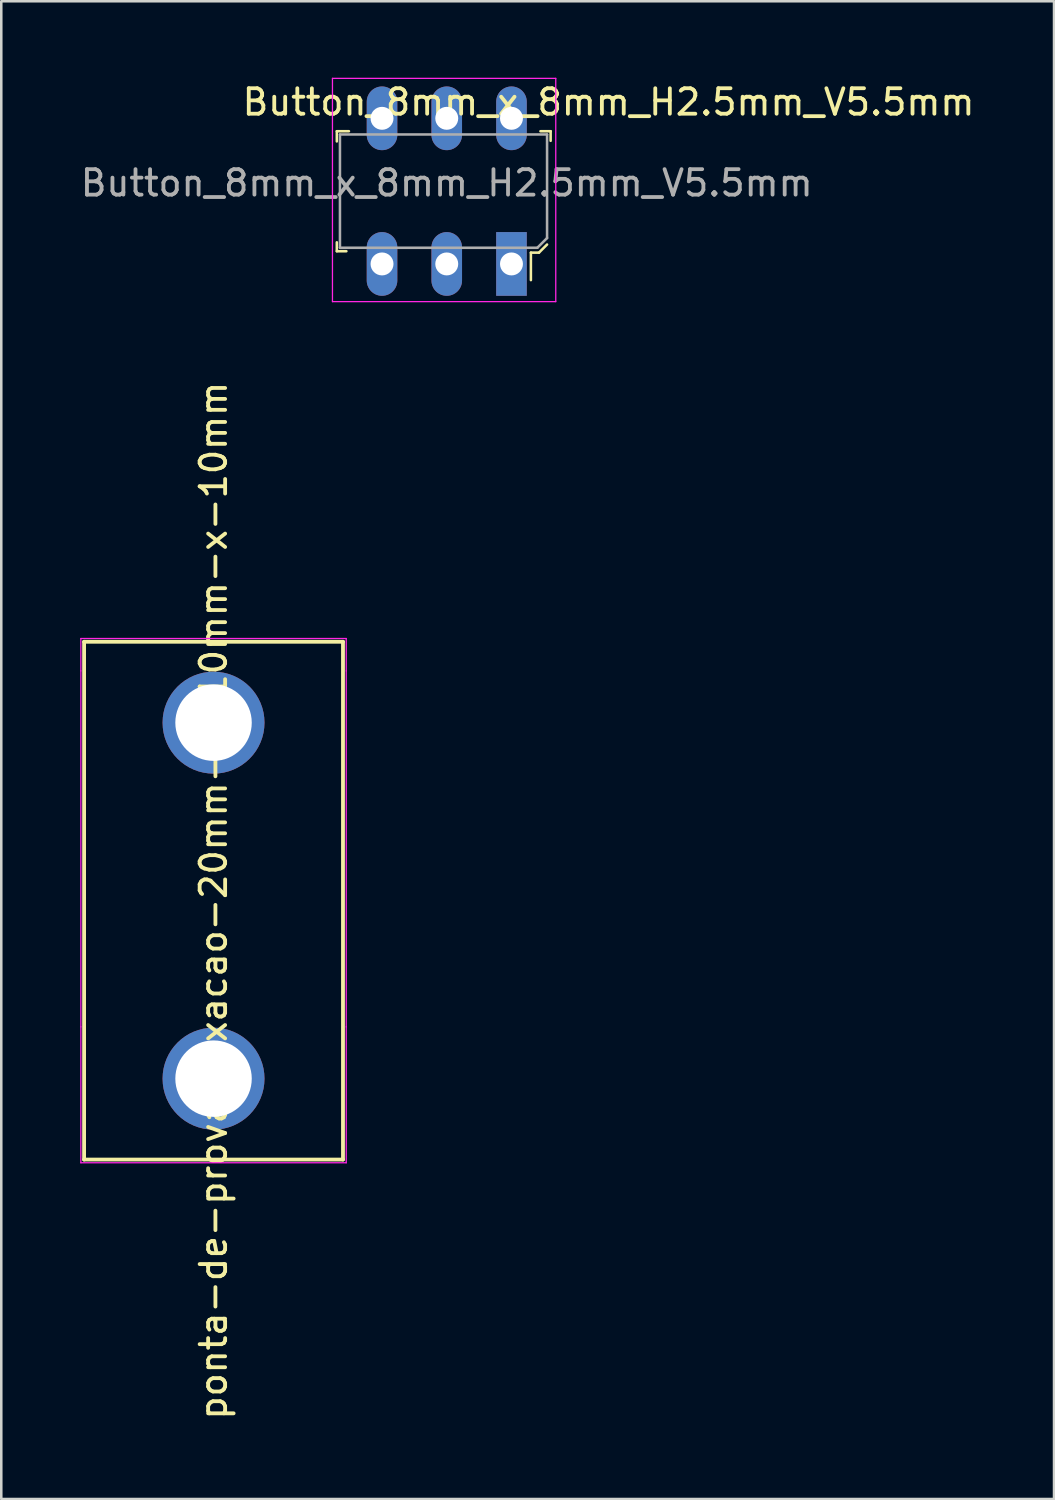
<source format=kicad_pcb>
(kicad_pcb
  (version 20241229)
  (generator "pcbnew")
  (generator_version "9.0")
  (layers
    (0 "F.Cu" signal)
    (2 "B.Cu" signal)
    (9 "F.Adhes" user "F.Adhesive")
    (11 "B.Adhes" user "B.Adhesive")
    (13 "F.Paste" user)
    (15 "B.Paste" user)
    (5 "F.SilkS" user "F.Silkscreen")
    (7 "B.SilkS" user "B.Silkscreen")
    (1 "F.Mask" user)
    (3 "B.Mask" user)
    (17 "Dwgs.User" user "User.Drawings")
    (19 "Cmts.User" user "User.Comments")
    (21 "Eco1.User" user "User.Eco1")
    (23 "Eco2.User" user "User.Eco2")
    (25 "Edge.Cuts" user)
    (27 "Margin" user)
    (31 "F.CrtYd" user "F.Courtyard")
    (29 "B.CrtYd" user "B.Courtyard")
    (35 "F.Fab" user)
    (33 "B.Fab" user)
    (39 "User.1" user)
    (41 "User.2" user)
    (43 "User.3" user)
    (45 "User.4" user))
  (footprint "ponta-de-prova-fixacao-20mm-x-10mm-x-10mm"
    (layer "F.Cu")
    (at 0.25 22.135)
    (property "Reference" "ponta-de-prova-fixacao-20mm-x-10mm-x-10mm" (at 5.08 10.16 90) (layer "F.SilkS") (effects (font (size 1 1) (thickness 0.15))))
    (attr through_hole)
    (fp_line (start 0 0) (end 0 20.32) (stroke (width 0.15) (type solid)) (layer "F.SilkS"))
    (fp_line (start 0 20.32) (end 10.16 20.32) (stroke (width 0.15) (type solid)) (layer "F.SilkS"))
    (fp_line (start 10.16 0) (end 0 0) (stroke (width 0.15) (type solid)) (layer "F.SilkS"))
    (fp_line (start 10.16 20.32) (end 10.16 0) (stroke (width 0.15) (type solid)) (layer "F.SilkS"))
    (fp_line (start -0.127 -0.127) (end -0.127 1.143) (stroke (width 0.05) (type solid)) (layer "F.CrtYd"))
    (fp_line (start -0.127 1.143) (end -0.127 15.113) (stroke (width 0.05) (type solid)) (layer "F.CrtYd"))
    (fp_line (start -0.127 15.113) (end -0.127 20.447) (stroke (width 0.05) (type solid)) (layer "F.CrtYd"))
    (fp_line (start -0.127 20.447) (end 10.287 20.447) (stroke (width 0.05) (type solid)) (layer "F.CrtYd"))
    (fp_line (start 10.287 -0.127) (end -0.127 -0.127) (stroke (width 0.05) (type solid)) (layer "F.CrtYd"))
    (fp_line (start 10.287 1.143) (end 10.287 -0.127) (stroke (width 0.05) (type solid)) (layer "F.CrtYd"))
    (fp_line (start 10.287 15.113) (end 10.287 1.143) (stroke (width 0.05) (type solid)) (layer "F.CrtYd"))
    (fp_line (start 10.287 20.447) (end 10.287 15.113) (stroke (width 0.05) (type solid)) (layer "F.CrtYd"))
    (pad "1" thru_hole circle (at 5.08 3.175) (size 4 4) (drill 3) (layers "*.Cu" "*.Mask"))
    (pad "2" thru_hole circle (at 5.08 17.145) (size 4 4) (drill 3) (layers "*.Cu" "*.Mask")))
  (footprint "Button_8mm_x_8mm_H2.5mm_V5.5mm"
    (layer "F.Cu")
    (at 14.482 4.133)
    (property "Reference" "Button_8mm_x_8mm_H2.5mm_V5.5mm" (at 6.35 -3.175 0) (layer "F.SilkS") (effects (font (size 1 1) (thickness 0.15))))
    (attr through_hole)
    (fp_line (start -4.314 2.676) (end -4.314 2.326) (stroke (width 0.1) (type solid)) (layer "F.SilkS"))
    (fp_line (start -4.314 -2.033) (end -4.314 -1.633) (stroke (width 0.1) (type solid)) (layer "F.SilkS"))
    (fp_line (start -3.939 2.676) (end -4.314 2.676) (stroke (width 0.1) (type solid)) (layer "F.SilkS"))
    (fp_line (start -3.838 -2.033) (end -4.314 -2.033) (stroke (width 0.1) (type solid)) (layer "F.SilkS"))
    (fp_line (start 3.302 2.731) (end 3.302 3.81) (stroke (width 0.1) (type solid)) (layer "F.SilkS"))
    (fp_line (start 3.619 2.731) (end 3.302 2.731) (stroke (width 0.1) (type solid)) (layer "F.SilkS"))
    (fp_line (start 3.677 -2.033) (end 4.077 -2.033) (stroke (width 0.1) (type solid)) (layer "F.SilkS"))
    (fp_line (start 3.937 2.413) (end 3.619 2.731) (stroke (width 0.1) (type solid)) (layer "F.SilkS"))
    (fp_line (start 4.077 -2.033) (end 4.077 -1.657) (stroke (width 0.1) (type solid)) (layer "F.SilkS"))
    (fp_line (start -4.485 -4.108) (end -4.485 4.655) (stroke (width 0.05) (type solid)) (layer "F.CrtYd"))
    (fp_line (start -4.485 4.655) (end 4.278 4.655) (stroke (width 0.05) (type solid)) (layer "F.CrtYd"))
    (fp_line (start 4.278 -4.108) (end -4.485 -4.108) (stroke (width 0.05) (type solid)) (layer "F.CrtYd"))
    (fp_line (start 4.278 -4.108) (end 4.278 4.655) (stroke (width 0.05) (type solid)) (layer "F.CrtYd"))
    (fp_line (start -4.191 2.54) (end -4.191 -1.905) (stroke (width 0.1) (type solid)) (layer "F.Fab"))
    (fp_line (start -4.191 2.54) (end 3.556 2.54) (stroke (width 0.1) (type solid)) (layer "F.Fab"))
    (fp_line (start 3.556 2.54) (end 3.937 2.159) (stroke (width 0.1) (type solid)) (layer "F.Fab"))
    (fp_line (start 3.937 -1.905) (end -4.191 -1.905) (stroke (width 0.1) (type solid)) (layer "F.Fab"))
    (fp_line (start 3.937 -1.905) (end 3.937 2.159) (stroke (width 0.1) (type solid)) (layer "F.Fab"))
    (fp_text user "${REFERENCE}" (at 0 0 0) (layer "F.Fab") (effects (font (size 1 1) (thickness 0.15))))
    (pad "1" thru_hole rect (at 2.54 3.175) (size 1.2 2.5) (drill 0.9) (layers "*.Cu" "*.Mask"))
    (pad "2" thru_hole oval (at 0 3.175) (size 1.2 2.5) (drill 0.9) (layers "*.Cu" "*.Mask"))
    (pad "3" thru_hole oval (at -2.54 3.175) (size 1.2 2.5) (drill 0.9) (layers "*.Cu" "*.Mask"))
    (pad "4" thru_hole oval (at 2.54 -2.54) (size 1.2 2.5) (drill 0.9) (layers "*.Cu" "*.Mask"))
    (pad "5" thru_hole oval (at 0 -2.54) (size 1.2 2.5) (drill 0.9) (layers "*.Cu" "*.Mask"))
    (pad "6" thru_hole oval (at -2.54 -2.54) (size 1.2 2.5) (drill 0.9) (layers "*.Cu" "*.Mask")))
  (gr_rect
    (start -3 -3)
    (end 38.314 55.777)
    (stroke (width 0.1) (type default))
    (fill no)
    (layer "Edge.Cuts")))
</source>
